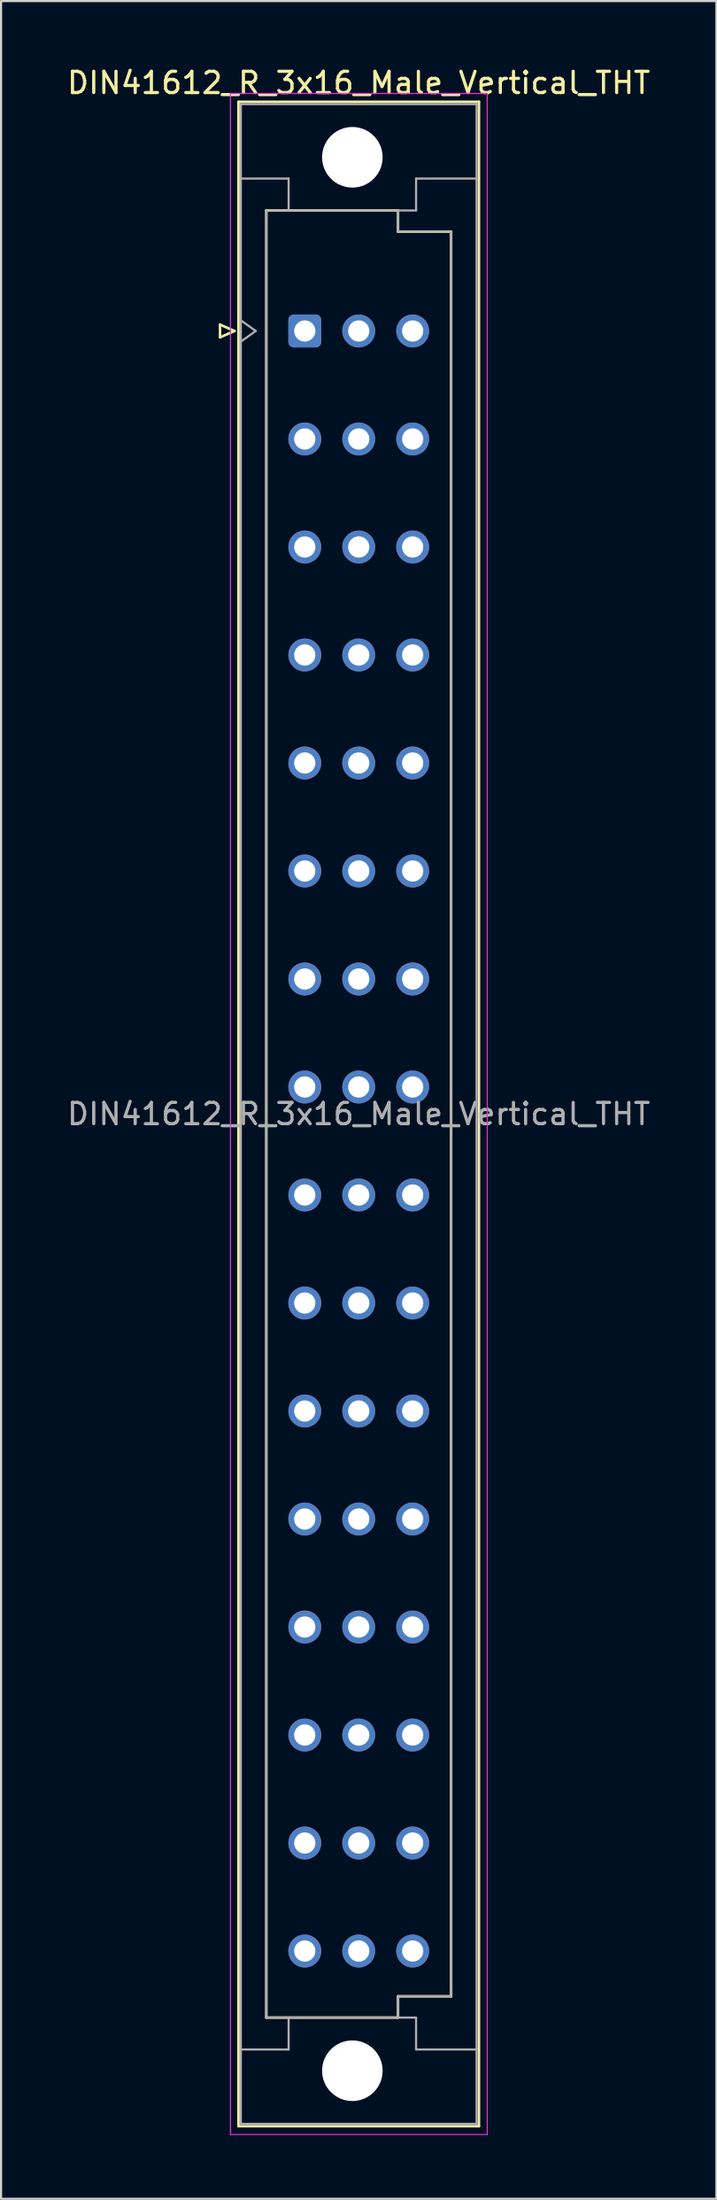
<source format=kicad_pcb>
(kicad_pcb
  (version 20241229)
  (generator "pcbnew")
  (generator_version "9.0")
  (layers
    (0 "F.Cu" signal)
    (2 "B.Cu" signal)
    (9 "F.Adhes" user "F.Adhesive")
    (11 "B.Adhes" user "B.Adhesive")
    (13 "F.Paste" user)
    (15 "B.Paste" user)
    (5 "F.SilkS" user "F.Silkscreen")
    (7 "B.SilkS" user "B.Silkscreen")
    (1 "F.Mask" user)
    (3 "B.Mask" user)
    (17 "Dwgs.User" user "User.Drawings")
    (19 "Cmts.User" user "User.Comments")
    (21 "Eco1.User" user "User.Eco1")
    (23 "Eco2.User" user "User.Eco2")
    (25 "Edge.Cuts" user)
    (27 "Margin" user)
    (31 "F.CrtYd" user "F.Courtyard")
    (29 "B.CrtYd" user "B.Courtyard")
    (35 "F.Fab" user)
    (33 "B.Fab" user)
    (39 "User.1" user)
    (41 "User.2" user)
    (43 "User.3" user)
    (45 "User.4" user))
  (footprint "DIN41612_R_3x16_Male_Vertical_THT"
    (layer "F.Cu")
    (at 11.299 9.978)
    (property "Reference" "DIN41612_R_3x16_Male_Vertical_THT" (at 2.54 -9.13 0) (layer "F.SilkS") (effects (font (size 1 1) (thickness 0.15))))
    (attr through_hole)
    (fp_line (start -3.99 2.24) (end -3.99 2.84) (stroke (width 0.12) (type solid)) (layer "F.SilkS"))
    (fp_line (start -3.99 2.84) (end -3.31 2.54) (stroke (width 0.12) (type solid)) (layer "F.SilkS"))
    (fp_line (start -3.31 2.54) (end -3.99 2.24) (stroke (width 0.12) (type solid)) (layer "F.SilkS"))
    (fp_line (start -3.12 -8.24) (end 8.2 -8.24) (stroke (width 0.12) (type solid)) (layer "F.SilkS"))
    (fp_line (start -3.12 86.98) (end -3.12 -8.24) (stroke (width 0.12) (type solid)) (layer "F.SilkS"))
    (fp_line (start -1.81 -3.131) (end 4.39 -3.131) (stroke (width 0.12) (type solid)) (layer "F.SilkS"))
    (fp_line (start -1.81 81.87) (end -1.81 -3.131) (stroke (width 0.12) (type solid)) (layer "F.SilkS"))
    (fp_line (start 4.39 -3.131) (end 4.39 -2.131) (stroke (width 0.12) (type solid)) (layer "F.SilkS"))
    (fp_line (start 4.39 -2.131) (end 6.89 -2.131) (stroke (width 0.12) (type solid)) (layer "F.SilkS"))
    (fp_line (start 4.39 80.87) (end 4.39 81.87) (stroke (width 0.12) (type solid)) (layer "F.SilkS"))
    (fp_line (start 4.39 81.87) (end -1.81 81.87) (stroke (width 0.12) (type solid)) (layer "F.SilkS"))
    (fp_line (start 6.89 -2.131) (end 6.89 80.87) (stroke (width 0.12) (type solid)) (layer "F.SilkS"))
    (fp_line (start 6.89 80.87) (end 4.39 80.87) (stroke (width 0.12) (type solid)) (layer "F.SilkS"))
    (fp_line (start 8.2 -8.24) (end 8.2 86.98) (stroke (width 0.12) (type solid)) (layer "F.SilkS"))
    (fp_line (start 8.2 86.98) (end -3.12 86.98) (stroke (width 0.12) (type solid)) (layer "F.SilkS"))
    (fp_line (start -3.5 -8.63) (end 8.59 -8.63) (stroke (width 0.05) (type solid)) (layer "F.CrtYd"))
    (fp_line (start -3.5 87.37) (end -3.5 -8.63) (stroke (width 0.05) (type solid)) (layer "F.CrtYd"))
    (fp_line (start 8.59 -8.63) (end 8.59 87.37) (stroke (width 0.05) (type solid)) (layer "F.CrtYd"))
    (fp_line (start 8.59 87.37) (end -3.5 87.37) (stroke (width 0.05) (type solid)) (layer "F.CrtYd"))
    (fp_line (start -3.01 -8.13) (end 8.09 -8.13) (stroke (width 0.1) (type solid)) (layer "F.Fab"))
    (fp_line (start -3.01 -4.63) (end -0.76 -4.63) (stroke (width 0.1) (type solid)) (layer "F.Fab"))
    (fp_line (start -3.01 2.04) (end -2.31 2.54) (stroke (width 0.1) (type solid)) (layer "F.Fab"))
    (fp_line (start -3.01 83.37) (end -0.76 83.37) (stroke (width 0.1) (type solid)) (layer "F.Fab"))
    (fp_line (start -3.01 86.87) (end -3.01 -8.13) (stroke (width 0.1) (type solid)) (layer "F.Fab"))
    (fp_line (start -2.31 2.54) (end -3.01 3.04) (stroke (width 0.1) (type solid)) (layer "F.Fab"))
    (fp_line (start -1.81 -3.13) (end 4.39 -3.13) (stroke (width 0.1) (type solid)) (layer "F.Fab"))
    (fp_line (start -1.81 81.87) (end -1.81 -3.13) (stroke (width 0.1) (type solid)) (layer "F.Fab"))
    (fp_line (start -0.76 -4.63) (end -0.76 -3.13) (stroke (width 0.1) (type solid)) (layer "F.Fab"))
    (fp_line (start -0.76 83.37) (end -0.76 81.87) (stroke (width 0.1) (type solid)) (layer "F.Fab"))
    (fp_line (start 4.39 -3.13) (end 4.39 -2.13) (stroke (width 0.1) (type solid)) (layer "F.Fab"))
    (fp_line (start 4.39 -3.13) (end 5.24 -3.13) (stroke (width 0.1) (type solid)) (layer "F.Fab"))
    (fp_line (start 4.39 -2.13) (end 6.89 -2.13) (stroke (width 0.1) (type solid)) (layer "F.Fab"))
    (fp_line (start 4.39 80.87) (end 4.39 81.87) (stroke (width 0.1) (type solid)) (layer "F.Fab"))
    (fp_line (start 4.39 81.87) (end -1.81 81.87) (stroke (width 0.1) (type solid)) (layer "F.Fab"))
    (fp_line (start 4.39 81.87) (end 5.24 81.87) (stroke (width 0.1) (type solid)) (layer "F.Fab"))
    (fp_line (start 5.24 -4.63) (end 8.09 -4.63) (stroke (width 0.1) (type solid)) (layer "F.Fab"))
    (fp_line (start 5.24 -3.13) (end 5.24 -4.63) (stroke (width 0.1) (type solid)) (layer "F.Fab"))
    (fp_line (start 5.24 81.87) (end 5.24 83.37) (stroke (width 0.1) (type solid)) (layer "F.Fab"))
    (fp_line (start 5.24 83.37) (end 8.09 83.37) (stroke (width 0.1) (type solid)) (layer "F.Fab"))
    (fp_line (start 6.89 -2.13) (end 6.89 80.87) (stroke (width 0.1) (type solid)) (layer "F.Fab"))
    (fp_line (start 6.89 80.87) (end 4.39 80.87) (stroke (width 0.1) (type solid)) (layer "F.Fab"))
    (fp_line (start 8.09 -8.13) (end 8.09 86.87) (stroke (width 0.1) (type solid)) (layer "F.Fab"))
    (fp_line (start 8.09 86.87) (end -3.01 86.87) (stroke (width 0.1) (type solid)) (layer "F.Fab"))
    (fp_text user "${REFERENCE}" (at 2.54 39.37 0) (layer "F.Fab") (effects (font (size 1 1) (thickness 0.15))))
    (pad "" np_thru_hole circle (at 2.24 -5.63) (size 2.85 2.85) (drill 2.85) (layers "*.Cu" "*.Mask"))
    (pad "" np_thru_hole circle (at 2.24 84.37) (size 2.85 2.85) (drill 2.85) (layers "*.Cu" "*.Mask"))
    (pad "a2" thru_hole roundrect (at 0 2.54) (size 1.55 1.55) (drill 1) (layers "*.Cu" "*.Mask") (roundrect_rratio 0.161))
    (pad "a4" thru_hole circle (at 0 7.62) (size 1.55 1.55) (drill 1) (layers "*.Cu" "*.Mask"))
    (pad "a6" thru_hole circle (at 0 12.7) (size 1.55 1.55) (drill 1) (layers "*.Cu" "*.Mask"))
    (pad "a8" thru_hole circle (at 0 17.78) (size 1.55 1.55) (drill 1) (layers "*.Cu" "*.Mask"))
    (pad "a10" thru_hole circle (at 0 22.86) (size 1.55 1.55) (drill 1) (layers "*.Cu" "*.Mask"))
    (pad "a12" thru_hole circle (at 0 27.94) (size 1.55 1.55) (drill 1) (layers "*.Cu" "*.Mask"))
    (pad "a14" thru_hole circle (at 0 33.02) (size 1.55 1.55) (drill 1) (layers "*.Cu" "*.Mask"))
    (pad "a16" thru_hole circle (at 0 38.1) (size 1.55 1.55) (drill 1) (layers "*.Cu" "*.Mask"))
    (pad "a18" thru_hole circle (at 0 43.18) (size 1.55 1.55) (drill 1) (layers "*.Cu" "*.Mask"))
    (pad "a20" thru_hole circle (at 0 48.26) (size 1.55 1.55) (drill 1) (layers "*.Cu" "*.Mask"))
    (pad "a22" thru_hole circle (at 0 53.34) (size 1.55 1.55) (drill 1) (layers "*.Cu" "*.Mask"))
    (pad "a24" thru_hole circle (at 0 58.42) (size 1.55 1.55) (drill 1) (layers "*.Cu" "*.Mask"))
    (pad "a26" thru_hole circle (at 0 63.5) (size 1.55 1.55) (drill 1) (layers "*.Cu" "*.Mask"))
    (pad "a28" thru_hole circle (at 0 68.58) (size 1.55 1.55) (drill 1) (layers "*.Cu" "*.Mask"))
    (pad "a30" thru_hole circle (at 0 73.66) (size 1.55 1.55) (drill 1) (layers "*.Cu" "*.Mask"))
    (pad "a32" thru_hole circle (at 0 78.74) (size 1.55 1.55) (drill 1) (layers "*.Cu" "*.Mask"))
    (pad "b2" thru_hole circle (at 2.54 2.54) (size 1.55 1.55) (drill 1) (layers "*.Cu" "*.Mask"))
    (pad "b4" thru_hole circle (at 2.54 7.62) (size 1.55 1.55) (drill 1) (layers "*.Cu" "*.Mask"))
    (pad "b6" thru_hole circle (at 2.54 12.7) (size 1.55 1.55) (drill 1) (layers "*.Cu" "*.Mask"))
    (pad "b8" thru_hole circle (at 2.54 17.78) (size 1.55 1.55) (drill 1) (layers "*.Cu" "*.Mask"))
    (pad "b10" thru_hole circle (at 2.54 22.86) (size 1.55 1.55) (drill 1) (layers "*.Cu" "*.Mask"))
    (pad "b12" thru_hole circle (at 2.54 27.94) (size 1.55 1.55) (drill 1) (layers "*.Cu" "*.Mask"))
    (pad "b14" thru_hole circle (at 2.54 33.02) (size 1.55 1.55) (drill 1) (layers "*.Cu" "*.Mask"))
    (pad "b16" thru_hole circle (at 2.54 38.1) (size 1.55 1.55) (drill 1) (layers "*.Cu" "*.Mask"))
    (pad "b18" thru_hole circle (at 2.54 43.18) (size 1.55 1.55) (drill 1) (layers "*.Cu" "*.Mask"))
    (pad "b20" thru_hole circle (at 2.54 48.26) (size 1.55 1.55) (drill 1) (layers "*.Cu" "*.Mask"))
    (pad "b22" thru_hole circle (at 2.54 53.34) (size 1.55 1.55) (drill 1) (layers "*.Cu" "*.Mask"))
    (pad "b24" thru_hole circle (at 2.54 58.42) (size 1.55 1.55) (drill 1) (layers "*.Cu" "*.Mask"))
    (pad "b26" thru_hole circle (at 2.54 63.5) (size 1.55 1.55) (drill 1) (layers "*.Cu" "*.Mask"))
    (pad "b28" thru_hole circle (at 2.54 68.58) (size 1.55 1.55) (drill 1) (layers "*.Cu" "*.Mask"))
    (pad "b30" thru_hole circle (at 2.54 73.66) (size 1.55 1.55) (drill 1) (layers "*.Cu" "*.Mask"))
    (pad "b32" thru_hole circle (at 2.54 78.74) (size 1.55 1.55) (drill 1) (layers "*.Cu" "*.Mask"))
    (pad "c2" thru_hole circle (at 5.08 2.54) (size 1.55 1.55) (drill 1) (layers "*.Cu" "*.Mask"))
    (pad "c4" thru_hole circle (at 5.08 7.62) (size 1.55 1.55) (drill 1) (layers "*.Cu" "*.Mask"))
    (pad "c6" thru_hole circle (at 5.08 12.7) (size 1.55 1.55) (drill 1) (layers "*.Cu" "*.Mask"))
    (pad "c8" thru_hole circle (at 5.08 17.78) (size 1.55 1.55) (drill 1) (layers "*.Cu" "*.Mask"))
    (pad "c10" thru_hole circle (at 5.08 22.86) (size 1.55 1.55) (drill 1) (layers "*.Cu" "*.Mask"))
    (pad "c12" thru_hole circle (at 5.08 27.94) (size 1.55 1.55) (drill 1) (layers "*.Cu" "*.Mask"))
    (pad "c14" thru_hole circle (at 5.08 33.02) (size 1.55 1.55) (drill 1) (layers "*.Cu" "*.Mask"))
    (pad "c16" thru_hole circle (at 5.08 38.1) (size 1.55 1.55) (drill 1) (layers "*.Cu" "*.Mask"))
    (pad "c18" thru_hole circle (at 5.08 43.18) (size 1.55 1.55) (drill 1) (layers "*.Cu" "*.Mask"))
    (pad "c20" thru_hole circle (at 5.08 48.26) (size 1.55 1.55) (drill 1) (layers "*.Cu" "*.Mask"))
    (pad "c22" thru_hole circle (at 5.08 53.34) (size 1.55 1.55) (drill 1) (layers "*.Cu" "*.Mask"))
    (pad "c24" thru_hole circle (at 5.08 58.42) (size 1.55 1.55) (drill 1) (layers "*.Cu" "*.Mask"))
    (pad "c26" thru_hole circle (at 5.08 63.5) (size 1.55 1.55) (drill 1) (layers "*.Cu" "*.Mask"))
    (pad "c28" thru_hole circle (at 5.08 68.58) (size 1.55 1.55) (drill 1) (layers "*.Cu" "*.Mask"))
    (pad "c30" thru_hole circle (at 5.08 73.66) (size 1.55 1.55) (drill 1) (layers "*.Cu" "*.Mask"))
    (pad "c32" thru_hole circle (at 5.08 78.74) (size 1.55 1.55) (drill 1) (layers "*.Cu" "*.Mask")))
  (gr_rect
    (start -3 -3)
    (end 30.679 100.373)
    (stroke (width 0.1) (type default))
    (fill no)
    (layer "Edge.Cuts")))
</source>
